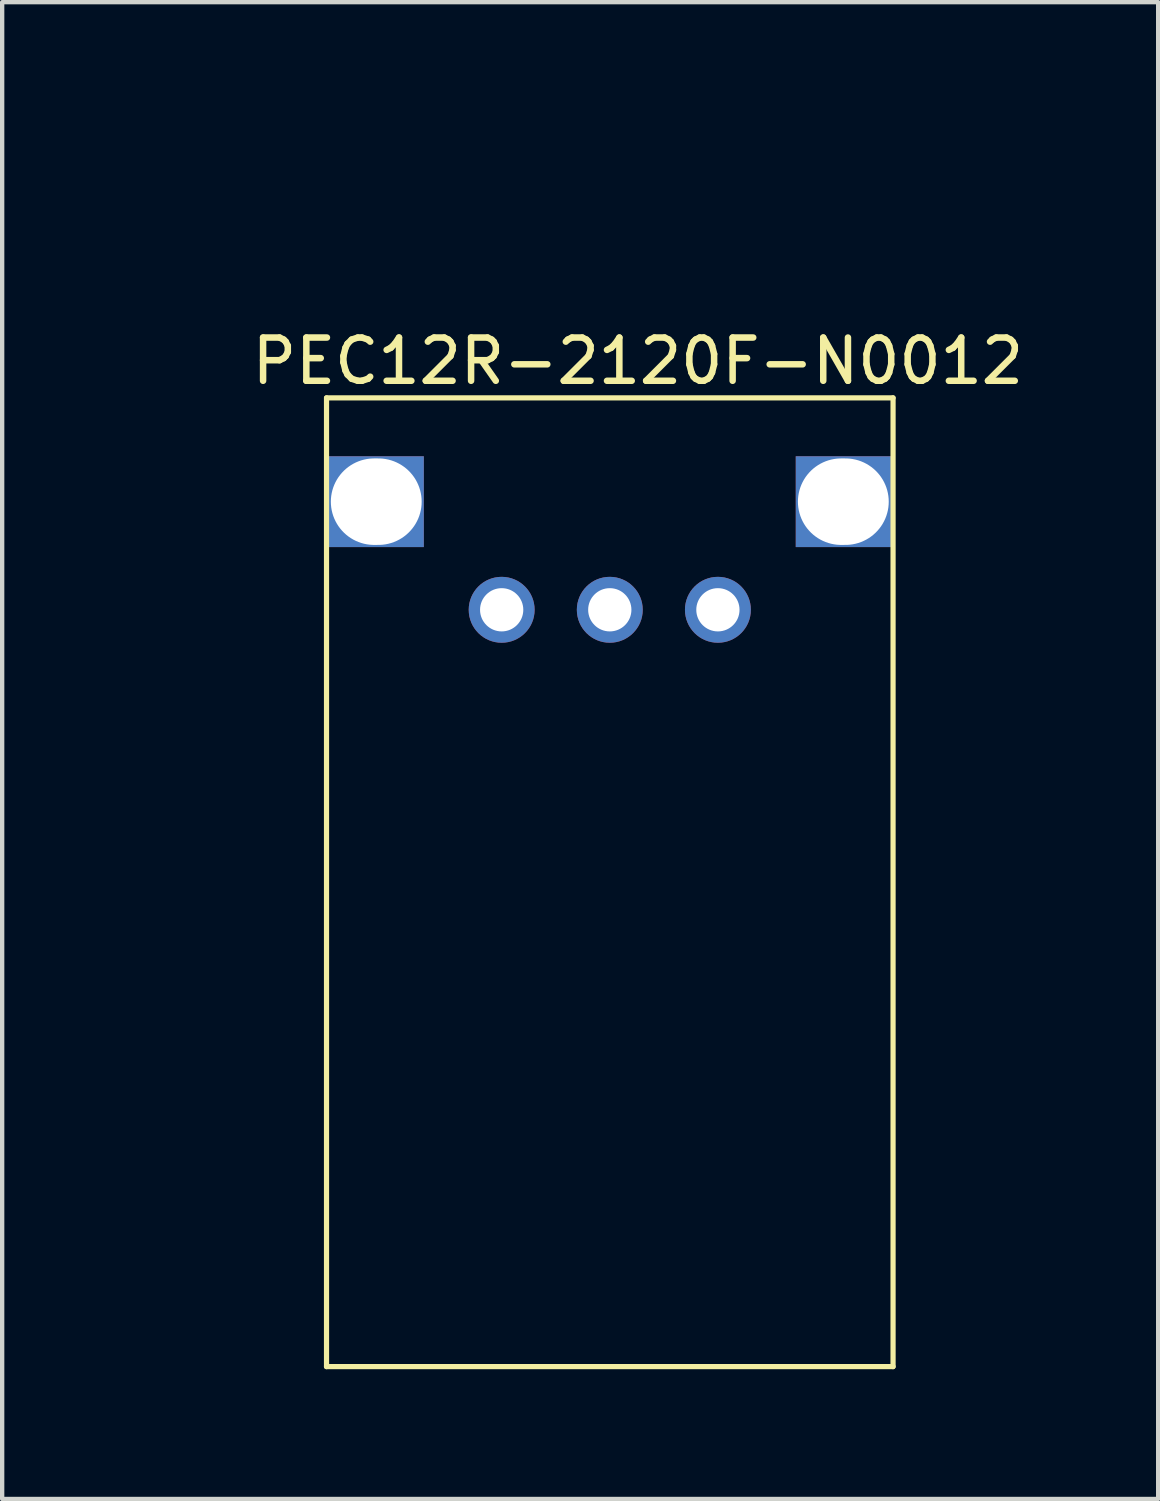
<source format=kicad_pcb>
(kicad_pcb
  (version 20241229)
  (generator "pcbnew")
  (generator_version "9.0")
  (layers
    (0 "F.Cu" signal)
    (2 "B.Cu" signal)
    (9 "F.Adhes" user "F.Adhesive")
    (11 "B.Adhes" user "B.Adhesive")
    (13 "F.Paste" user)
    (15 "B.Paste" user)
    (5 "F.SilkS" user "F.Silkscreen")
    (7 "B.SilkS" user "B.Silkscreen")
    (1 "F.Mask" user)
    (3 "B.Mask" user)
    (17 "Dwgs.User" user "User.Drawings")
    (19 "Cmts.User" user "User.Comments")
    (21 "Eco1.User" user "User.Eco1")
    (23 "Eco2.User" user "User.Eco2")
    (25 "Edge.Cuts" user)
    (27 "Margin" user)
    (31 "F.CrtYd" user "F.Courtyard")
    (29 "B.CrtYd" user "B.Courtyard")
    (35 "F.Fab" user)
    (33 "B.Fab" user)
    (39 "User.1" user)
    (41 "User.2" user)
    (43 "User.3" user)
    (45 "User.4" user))
  (footprint "PEC12R-2120F-N0012"
    (layer "F.Cu")
    (at 0.25 0.25)
    (property "Reference" "PEC12R-2120F-N0012" (at 11.45 5.05 0) (layer "F.SilkS") (effects (font (size 1 1) (thickness 0.15))))
    (attr through_hole)
    (fp_line (start 4.25 5.9) (end 4.25 28.3) (stroke (width 0.12) (type solid)) (layer "F.SilkS"))
    (fp_line (start 4.25 28.3) (end 17.35 28.3) (stroke (width 0.12) (type solid)) (layer "F.SilkS"))
    (fp_line (start 17.35 5.9) (end 4.25 5.9) (stroke (width 0.12) (type solid)) (layer "F.SilkS"))
    (fp_line (start 17.35 28.3) (end 17.35 5.9) (stroke (width 0.12) (type solid)) (layer "F.SilkS"))
    (pad "" np_thru_hole rect (at 5.4 8.3) (size 2.2 2.1) (drill oval 2.1 2) (layers "*.Cu" "*.Mask"))
    (pad "" np_thru_hole rect (at 16.2 8.3) (size 2.2 2.1) (drill oval 2.1 2) (layers "*.Cu" "*.Mask"))
    (pad "A" thru_hole circle (at 8.3 10.8) (size 1.524 1.524) (drill 1) (layers "*.Cu" "*.Mask"))
    (pad "B" thru_hole circle (at 13.3 10.8) (size 1.524 1.524) (drill 1) (layers "*.Cu" "*.Mask"))
    (pad "C" thru_hole circle (at 10.8 10.8) (size 1.524 1.524) (drill 1) (layers "*.Cu" "*.Mask")))
  (gr_rect
    (start -3 -3)
    (end 23.73 31.61)
    (stroke (width 0.1) (type default))
    (fill no)
    (layer "Edge.Cuts")))
</source>
